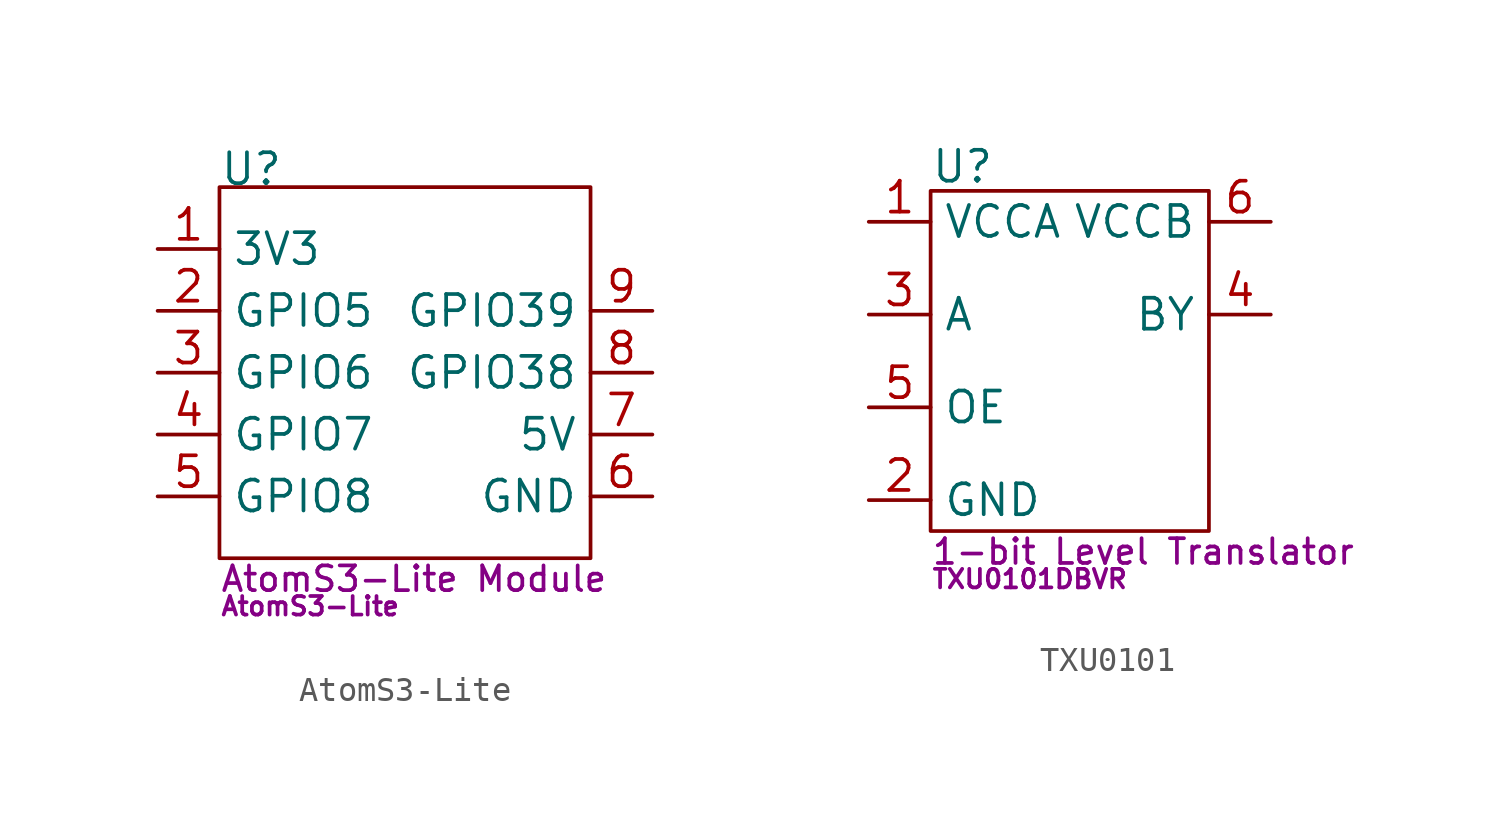
<source format=kicad_sym>
(kicad_symbol_lib
  (version 20241209)
  (generator "kicad_symbol_editor")
  (generator_version "9.0")
  (symbol "AtomS3-Lite"
    (property "Reference" "U"
      (at 0 0 0)
      (effects (font (size 1.27 1.27)) (justify left bottom)))
    (property "Value" ""
      (at 0 0 0)
      (effects (font (size 1.27 1.27))))
    (property "Description" "AtomS3-Lite Module"
      (at 0 -15.494 0)
      (effects (font (size 1.016 1.016)) (justify left top)))
    (property "ManufacturerPartNumber" "AtomS3-Lite"
      (at 0 -16.764 0)
      (effects (font (size 0.762 0.762)) (justify left top)))
    (symbol "AtomS3-Lite_0_1"
      (rectangle (start 0 0) (end 15.24 -15.24) (stroke (width 0) (type default)) (fill (type none))))
    (symbol "AtomS3-Lite_1_1"
      (pin power_out line (at -2.54 -2.54 0) (length 2.54) (name "3V3" (effects (font (size 1.27 1.27)))) (number "1" (effects (font (size 1.27 1.27)))))
      (pin bidirectional line (at -2.54 -5.08 0) (length 2.54) (name "GPIO5" (effects (font (size 1.27 1.27)))) (number "2" (effects (font (size 1.27 1.27)))))
      (pin bidirectional line (at -2.54 -7.62 0) (length 2.54) (name "GPIO6" (effects (font (size 1.27 1.27)))) (number "3" (effects (font (size 1.27 1.27)))))
      (pin bidirectional line (at -2.54 -10.16 0) (length 2.54) (name "GPIO7" (effects (font (size 1.27 1.27)))) (number "4" (effects (font (size 1.27 1.27)))))
      (pin bidirectional line (at -2.54 -12.7 0) (length 2.54) (name "GPIO8" (effects (font (size 1.27 1.27)))) (number "5" (effects (font (size 1.27 1.27)))))
      (pin power_in line (at 17.78 -5.08 180) (length 2.54) (name "GPIO39" (effects (font (size 1.27 1.27)))) (number "9" (effects (font (size 1.27 1.27)))))
      (pin bidirectional line (at 17.78 -7.62 180) (length 2.54) (name "GPIO38" (effects (font (size 1.27 1.27)))) (number "8" (effects (font (size 1.27 1.27)))))
      (pin bidirectional line (at 17.78 -10.16 180) (length 2.54) (name "5V" (effects (font (size 1.27 1.27)))) (number "7" (effects (font (size 1.27 1.27)))))
      (pin power_in line (at 17.78 -12.7 180) (length 2.54) (name "GND" (effects (font (size 1.27 1.27)))) (number "6" (effects (font (size 1.27 1.27)))))))
  (symbol "TXU0101"
    (property "Reference" "U"
      (at 0 0.254 0)
      (effects (font (size 1.27 1.27)) (justify left bottom)))
    (property "Value" ""
      (at 0 0 0)
      (effects (font (size 1.27 1.27))))
    (property "Description" "1-bit Level Translator"
      (at 0 -14.224 0)
      (effects (font (size 1.016 1.016)) (justify left top)))
    (property "ManufacturerPartNumber" "TXU0101DBVR"
      (at 0 -15.494 0)
      (effects (font (size 0.762 0.762)) (justify left top)))
    (symbol "TXU0101_0_1"
      (rectangle (start 0 0) (end 11.43 -13.97) (stroke (width 0) (type default)) (fill (type none))))
    (symbol "TXU0101_1_1"
      (pin power_in line (at -2.54 -1.27 0) (length 2.54) (name "VCCA" (effects (font (size 1.27 1.27)))) (number "1" (effects (font (size 1.27 1.27)))))
      (pin input line (at -2.54 -5.08 0) (length 2.54) (name "A" (effects (font (size 1.27 1.27)))) (number "3" (effects (font (size 1.27 1.27)))))
      (pin power_in line (at -2.54 -8.89 0) (length 2.54) (name "OE" (effects (font (size 1.27 1.27)))) (number "5" (effects (font (size 1.27 1.27)))))
      (pin power_in line (at -2.54 -12.7 0) (length 2.54) (name "GND" (effects (font (size 1.27 1.27)))) (number "2" (effects (font (size 1.27 1.27)))))
      (pin power_in line (at 13.97 -1.27 180) (length 2.54) (name "VCCB" (effects (font (size 1.27 1.27)))) (number "6" (effects (font (size 1.27 1.27)))))
      (pin output line (at 13.97 -5.08 180) (length 2.54) (name "BY" (effects (font (size 1.27 1.27)))) (number "4" (effects (font (size 1.27 1.27))))))))
</source>
